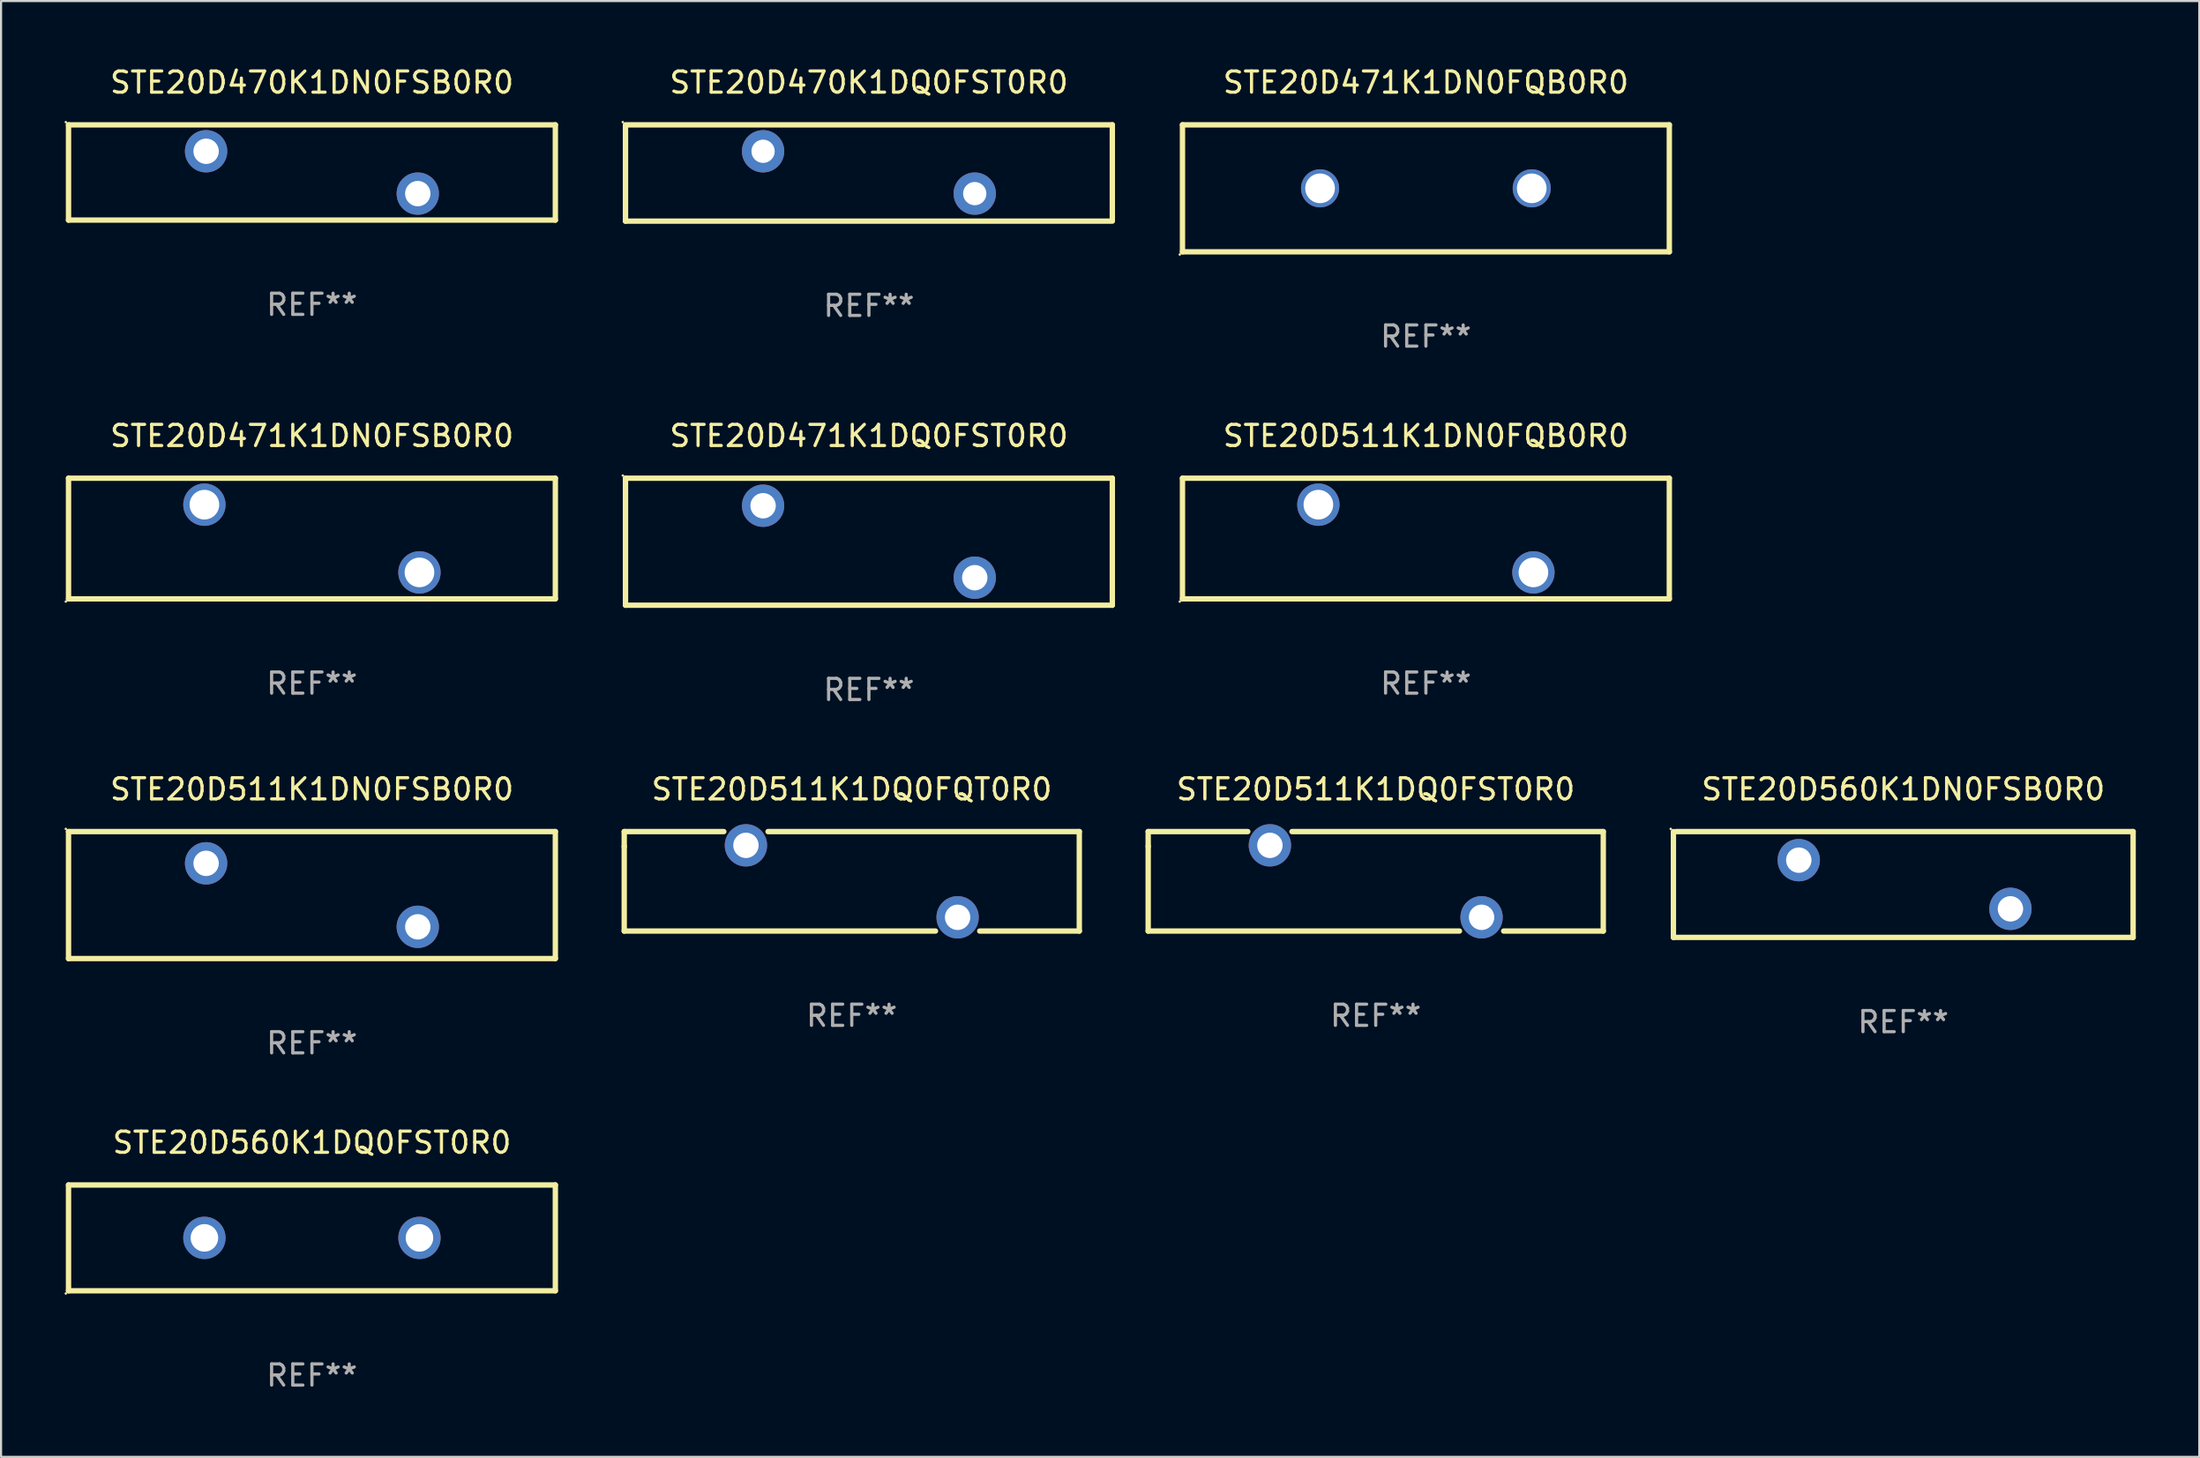
<source format=kicad_pcb>
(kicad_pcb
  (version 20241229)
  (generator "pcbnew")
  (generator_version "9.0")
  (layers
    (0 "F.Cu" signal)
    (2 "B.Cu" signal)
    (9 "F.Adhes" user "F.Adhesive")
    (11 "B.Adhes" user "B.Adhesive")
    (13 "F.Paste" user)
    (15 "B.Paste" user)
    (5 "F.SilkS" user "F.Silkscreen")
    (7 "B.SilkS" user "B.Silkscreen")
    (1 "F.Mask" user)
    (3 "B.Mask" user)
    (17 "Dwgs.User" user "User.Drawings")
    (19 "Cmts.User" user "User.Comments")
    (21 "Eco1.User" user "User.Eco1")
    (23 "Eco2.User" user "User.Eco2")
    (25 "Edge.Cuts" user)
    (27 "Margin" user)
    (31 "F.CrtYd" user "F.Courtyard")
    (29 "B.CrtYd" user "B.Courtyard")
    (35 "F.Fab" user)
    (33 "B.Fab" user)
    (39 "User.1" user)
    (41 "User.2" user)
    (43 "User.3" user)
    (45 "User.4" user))
  (footprint "STE20D511K1DQ0FST0R0"
    (layer "F.Cu")
    (at 61.945 38.591)
    (property "Reference" "STE20D511K1DQ0FST0R0" (at 0 -4.35 0) (layer "F.SilkS") (effects (font (size 1 1) (thickness 0.15))))
    (attr through_hole)
    (fp_line (start -10.75 -2.35) (end -10.75 -1.65) (stroke (width 0.254) (type solid)) (layer "F.SilkS"))
    (fp_line (start -10.75 -1.65) (end -10.75 2.35) (stroke (width 0.254) (type solid)) (layer "F.SilkS"))
    (fp_line (start -10.75 2.35) (end 3.955 2.35) (stroke (width 0.254) (type solid)) (layer "F.SilkS"))
    (fp_line (start -6.045 -2.35) (end -10.75 -2.35) (stroke (width 0.254) (type solid)) (layer "F.SilkS"))
    (fp_line (start 6.045 2.35) (end 10.75 2.35) (stroke (width 0.254) (type solid)) (layer "F.SilkS"))
    (fp_line (start 10.75 -2.35) (end -3.955 -2.35) (stroke (width 0.254) (type solid)) (layer "F.SilkS"))
    (fp_line (start 10.75 2.35) (end 10.75 -2.35) (stroke (width 0.254) (type solid)) (layer "F.SilkS"))
    (fp_circle (center -10.75 -2.35) (end -10.72 -2.35) (stroke (width 0.06) (type solid)) (fill no) (layer "F.SilkS"))
    (fp_text user "REF**" (at 0 6.35 0) (layer "F.Fab") (effects (font (size 1 1) (thickness 0.15))))
    (pad "1" thru_hole circle (at -5 -1.7) (size 2 2) (drill 1.2) (layers "*.Cu" "*.Mask"))
    (pad "2" thru_hole circle (at 5 1.7) (size 2 2) (drill 1.2) (layers "*.Cu" "*.Mask")))
  (footprint "STE20D511K1DQ0FQT0R0"
    (layer "F.Cu")
    (at 37.191 38.591)
    (property "Reference" "STE20D511K1DQ0FQT0R0" (at 0 -4.35 0) (layer "F.SilkS") (effects (font (size 1 1) (thickness 0.15))))
    (attr through_hole)
    (fp_line (start -10.75 -2.35) (end -10.75 -1.65) (stroke (width 0.254) (type solid)) (layer "F.SilkS"))
    (fp_line (start -10.75 -1.65) (end -10.75 2.35) (stroke (width 0.254) (type solid)) (layer "F.SilkS"))
    (fp_line (start -10.75 2.35) (end 3.955 2.35) (stroke (width 0.254) (type solid)) (layer "F.SilkS"))
    (fp_line (start -6.045 -2.35) (end -10.75 -2.35) (stroke (width 0.254) (type solid)) (layer "F.SilkS"))
    (fp_line (start 6.045 2.35) (end 10.75 2.35) (stroke (width 0.254) (type solid)) (layer "F.SilkS"))
    (fp_line (start 10.75 -2.35) (end -3.955 -2.35) (stroke (width 0.254) (type solid)) (layer "F.SilkS"))
    (fp_line (start 10.75 2.35) (end 10.75 -2.35) (stroke (width 0.254) (type solid)) (layer "F.SilkS"))
    (fp_circle (center -10.75 -2.35) (end -10.72 -2.35) (stroke (width 0.06) (type solid)) (fill no) (layer "F.SilkS"))
    (fp_text user "REF**" (at 0 6.35 0) (layer "F.Fab") (effects (font (size 1 1) (thickness 0.15))))
    (pad "1" thru_hole circle (at -5 -1.7) (size 2 2) (drill 1.2) (layers "*.Cu" "*.Mask"))
    (pad "2" thru_hole circle (at 5 1.7) (size 2 2) (drill 1.2) (layers "*.Cu" "*.Mask")))
  (footprint "STE20D470K1DN0FSB0R0"
    (layer "F.Cu")
    (at 11.687 5.099)
    (property "Reference" "STE20D470K1DN0FSB0R0" (at 0 -4.25 0) (layer "F.SilkS") (effects (font (size 1 1) (thickness 0.15))))
    (attr through_hole)
    (fp_line (start -11.5 -2.25) (end 11.5 -2.25) (stroke (width 0.254) (type solid)) (layer "F.SilkS"))
    (fp_line (start -11.5 2.25) (end -11.5 -2.25) (stroke (width 0.254) (type solid)) (layer "F.SilkS"))
    (fp_line (start 11.5 -2.25) (end 11.5 2.25) (stroke (width 0.254) (type solid)) (layer "F.SilkS"))
    (fp_line (start 11.5 2.249) (end -11.5 2.249) (stroke (width 0.254) (type solid)) (layer "F.SilkS"))
    (fp_circle (center -11.627 -2.377) (end -11.597 -2.377) (stroke (width 0.06) (type solid)) (fill no) (layer "F.SilkS"))
    (fp_text user "REF**" (at 0 6.25 0) (layer "F.Fab") (effects (font (size 1 1) (thickness 0.15))))
    (pad "1" thru_hole circle (at -5 -1.002) (size 2 2) (drill 1.2) (layers "*.Cu" "*.Mask"))
    (pad "2" thru_hole circle (at 5 0.999) (size 2 2) (drill 1.2) (layers "*.Cu" "*.Mask")))
  (footprint "STE20D560K1DN0FSB0R0"
    (layer "F.Cu")
    (at 86.868 38.741)
    (property "Reference" "STE20D560K1DN0FSB0R0" (at 0 -4.5 0) (layer "F.SilkS") (effects (font (size 1 1) (thickness 0.15))))
    (attr through_hole)
    (fp_line (start -10.859 2.5) (end -10.859 -2.5) (stroke (width 0.254) (type solid)) (layer "F.SilkS"))
    (fp_line (start -10.732 -2.5) (end 10.859 -2.5) (stroke (width 0.254) (type solid)) (layer "F.SilkS"))
    (fp_line (start 10.859 -2.5) (end 10.859 2.5) (stroke (width 0.254) (type solid)) (layer "F.SilkS"))
    (fp_line (start 10.859 2.5) (end -10.859 2.5) (stroke (width 0.254) (type solid)) (layer "F.SilkS"))
    (fp_circle (center -10.986 -2.627) (end -10.956 -2.627) (stroke (width 0.06) (type solid)) (fill no) (layer "F.SilkS"))
    (fp_text user "REF**" (at 0 6.5 0) (layer "F.Fab") (effects (font (size 1 1) (thickness 0.15))))
    (pad "1" thru_hole circle (at -4.937 -1.15) (size 2 2) (drill 1.2) (layers "*.Cu" "*.Mask"))
    (pad "2" thru_hole circle (at 5.063 1.15) (size 2 2) (drill 1.2) (layers "*.Cu" "*.Mask")))
  (footprint "STE20D471K1DN0FSB0R0"
    (layer "F.Cu")
    (at 11.687 22.395)
    (property "Reference" "STE20D471K1DN0FSB0R0" (at 0 -4.85 0) (layer "F.SilkS") (effects (font (size 1 1) (thickness 0.15))))
    (attr through_hole)
    (fp_line (start -11.5 -2.85) (end 11.5 -2.85) (stroke (width 0.254) (type solid)) (layer "F.SilkS"))
    (fp_line (start -11.5 2.85) (end -11.5 -2.85) (stroke (width 0.254) (type solid)) (layer "F.SilkS"))
    (fp_line (start -11.5 2.85) (end 11.5 2.85) (stroke (width 0.254) (type solid)) (layer "F.SilkS"))
    (fp_line (start 11.5 -2.85) (end 11.5 2.85) (stroke (width 0.254) (type solid)) (layer "F.SilkS"))
    (fp_circle (center -11.627 2.977) (end -11.597 2.977) (stroke (width 0.06) (type solid)) (fill no) (layer "F.SilkS"))
    (fp_text user "REF**" (at 0 6.85 0) (layer "F.Fab") (effects (font (size 1 1) (thickness 0.15))))
    (pad "1" thru_hole circle (at -5.08 -1.6) (size 2 2) (drill 1.4) (layers "*.Cu" "*.Mask"))
    (pad "2" thru_hole circle (at 5.08 1.6) (size 2 2) (drill 1.4) (layers "*.Cu" "*.Mask")))
  (footprint "STE20D511K1DN0FSB0R0"
    (layer "F.Cu")
    (at 11.687 39.241)
    (property "Reference" "STE20D511K1DN0FSB0R0" (at 0 -5 0) (layer "F.SilkS") (effects (font (size 1 1) (thickness 0.15))))
    (attr through_hole)
    (fp_line (start -11.5 -3) (end 11.5 -3) (stroke (width 0.254) (type solid)) (layer "F.SilkS"))
    (fp_line (start -11.5 3) (end -11.5 -3) (stroke (width 0.254) (type solid)) (layer "F.SilkS"))
    (fp_line (start 11.5 -3) (end 11.5 3) (stroke (width 0.254) (type solid)) (layer "F.SilkS"))
    (fp_line (start 11.5 3) (end -11.5 3) (stroke (width 0.254) (type solid)) (layer "F.SilkS"))
    (fp_circle (center -11.627 -3.127) (end -11.597 -3.127) (stroke (width 0.06) (type solid)) (fill no) (layer "F.SilkS"))
    (fp_text user "REF**" (at 0 7 0) (layer "F.Fab") (effects (font (size 1 1) (thickness 0.15))))
    (pad "1" thru_hole circle (at -5 -1.5) (size 2 2) (drill 1.2) (layers "*.Cu" "*.Mask"))
    (pad "2" thru_hole circle (at 5 1.5) (size 2 2) (drill 1.2) (layers "*.Cu" "*.Mask")))
  (footprint "STE20D511K1DN0FQB0R0"
    (layer "F.Cu")
    (at 64.315 22.395)
    (property "Reference" "STE20D511K1DN0FQB0R0" (at 0 -4.85 0) (layer "F.SilkS") (effects (font (size 1 1) (thickness 0.15))))
    (attr through_hole)
    (fp_line (start -11.5 -2.85) (end 11.5 -2.85) (stroke (width 0.254) (type solid)) (layer "F.SilkS"))
    (fp_line (start -11.5 2.85) (end -11.5 -2.85) (stroke (width 0.254) (type solid)) (layer "F.SilkS"))
    (fp_line (start -11.5 2.85) (end 11.5 2.85) (stroke (width 0.254) (type solid)) (layer "F.SilkS"))
    (fp_line (start 11.5 -2.85) (end 11.5 2.85) (stroke (width 0.254) (type solid)) (layer "F.SilkS"))
    (fp_circle (center -11.627 2.977) (end -11.597 2.977) (stroke (width 0.06) (type solid)) (fill no) (layer "F.SilkS"))
    (fp_text user "REF**" (at 0 6.85 0) (layer "F.Fab") (effects (font (size 1 1) (thickness 0.15))))
    (pad "1" thru_hole circle (at -5.08 -1.6) (size 2 2) (drill 1.4) (layers "*.Cu" "*.Mask"))
    (pad "2" thru_hole circle (at 5.08 1.6) (size 2 2) (drill 1.4) (layers "*.Cu" "*.Mask")))
  (footprint "STE20D471K1DQ0FST0R0"
    (layer "F.Cu")
    (at 38.001 22.545)
    (property "Reference" "STE20D471K1DQ0FST0R0" (at 0 -5 0) (layer "F.SilkS") (effects (font (size 1 1) (thickness 0.15))))
    (attr through_hole)
    (fp_line (start -11.5 -3) (end 11.5 -3) (stroke (width 0.254) (type solid)) (layer "F.SilkS"))
    (fp_line (start -11.5 3) (end -11.5 -3) (stroke (width 0.254) (type solid)) (layer "F.SilkS"))
    (fp_line (start 11.5 -3) (end 11.5 3) (stroke (width 0.254) (type solid)) (layer "F.SilkS"))
    (fp_line (start 11.5 3) (end -11.5 3) (stroke (width 0.254) (type solid)) (layer "F.SilkS"))
    (fp_circle (center -11.627 -3.127) (end -11.597 -3.127) (stroke (width 0.06) (type solid)) (fill no) (layer "F.SilkS"))
    (fp_text user "REF**" (at 0 7 0) (layer "F.Fab") (effects (font (size 1 1) (thickness 0.15))))
    (pad "1" thru_hole circle (at -5 -1.7) (size 2 2) (drill 1.2) (layers "*.Cu" "*.Mask"))
    (pad "2" thru_hole circle (at 5 1.7) (size 2 2) (drill 1.2) (layers "*.Cu" "*.Mask")))
  (footprint "STE20D470K1DQ0FST0R0"
    (layer "F.Cu")
    (at 38.001 5.123)
    (property "Reference" "STE20D470K1DQ0FST0R0" (at 0 -4.275 0) (layer "F.SilkS") (effects (font (size 1 1) (thickness 0.15))))
    (attr through_hole)
    (fp_line (start -11.5 -2.275) (end 11.5 -2.275) (stroke (width 0.254) (type solid)) (layer "F.SilkS"))
    (fp_line (start -11.5 2.275) (end -11.5 -2.225) (stroke (width 0.254) (type solid)) (layer "F.SilkS"))
    (fp_line (start 11.5 -2.275) (end 11.5 2.225) (stroke (width 0.254) (type solid)) (layer "F.SilkS"))
    (fp_line (start 11.5 2.275) (end -11.5 2.275) (stroke (width 0.254) (type solid)) (layer "F.SilkS"))
    (fp_circle (center -11.627 -2.402) (end -11.597 -2.402) (stroke (width 0.06) (type solid)) (fill no) (layer "F.SilkS"))
    (fp_text user "REF**" (at 0 6.275 0) (layer "F.Fab") (effects (font (size 1 1) (thickness 0.15))))
    (pad "1" thru_hole circle (at -5 -1.025) (size 2 2) (drill 1.1) (layers "*.Cu" "*.Mask"))
    (pad "2" thru_hole circle (at 5 0.975) (size 2 2) (drill 1.1) (layers "*.Cu" "*.Mask")))
  (footprint "STE20D471K1DN0FQB0R0"
    (layer "F.Cu")
    (at 64.315 5.848)
    (property "Reference" "STE20D471K1DN0FQB0R0" (at 0 -5 0) (layer "F.SilkS") (effects (font (size 1 1) (thickness 0.15))))
    (attr through_hole)
    (fp_line (start -11.5 -3) (end 11.5 -3) (stroke (width 0.254) (type solid)) (layer "F.SilkS"))
    (fp_line (start -11.5 3) (end -11.5 -3) (stroke (width 0.254) (type solid)) (layer "F.SilkS"))
    (fp_line (start 11.5 -3) (end 11.5 3) (stroke (width 0.254) (type solid)) (layer "F.SilkS"))
    (fp_line (start 11.5 3) (end -11.5 3) (stroke (width 0.254) (type solid)) (layer "F.SilkS"))
    (fp_circle (center -11.627 3.127) (end -11.597 3.127) (stroke (width 0.06) (type solid)) (fill no) (layer "F.SilkS"))
    (fp_text user "REF**" (at 0 7 0) (layer "F.Fab") (effects (font (size 1 1) (thickness 0.15))))
    (pad "1" thru_hole circle (at -5 0) (size 1.8 1.8) (drill 1.4) (layers "*.Cu" "*.Mask"))
    (pad "2" thru_hole circle (at 5 0) (size 1.8 1.8) (drill 1.4) (layers "*.Cu" "*.Mask")))
  (footprint "STE20D560K1DQ0FST0R0"
    (layer "F.Cu")
    (at 11.687 55.438)
    (property "Reference" "STE20D560K1DQ0FST0R0" (at 0 -4.5 0) (layer "F.SilkS") (effects (font (size 1 1) (thickness 0.15))))
    (attr through_hole)
    (fp_line (start -11.5 -2.5) (end 11.5 -2.5) (stroke (width 0.254) (type solid)) (layer "F.SilkS"))
    (fp_line (start -11.5 2.5) (end -11.5 -2.5) (stroke (width 0.254) (type solid)) (layer "F.SilkS"))
    (fp_line (start 11.5 -2.5) (end 11.5 2.5) (stroke (width 0.254) (type solid)) (layer "F.SilkS"))
    (fp_line (start 11.5 2.5) (end -11.5 2.5) (stroke (width 0.254) (type solid)) (layer "F.SilkS"))
    (fp_circle (center -11.627 2.627) (end -11.597 2.627) (stroke (width 0.06) (type solid)) (fill no) (layer "F.SilkS"))
    (fp_text user "REF**" (at 0 6.5 0) (layer "F.Fab") (effects (font (size 1 1) (thickness 0.15))))
    (pad "1" thru_hole circle (at -5.08 0) (size 2 2) (drill 1.3) (layers "*.Cu" "*.Mask"))
    (pad "2" thru_hole circle (at 5.08 0) (size 2 2) (drill 1.3) (layers "*.Cu" "*.Mask")))
  (gr_rect
    (start -3 -3)
    (end 100.853 65.786)
    (stroke (width 0.1) (type default))
    (fill no)
    (layer "Edge.Cuts")))
</source>
